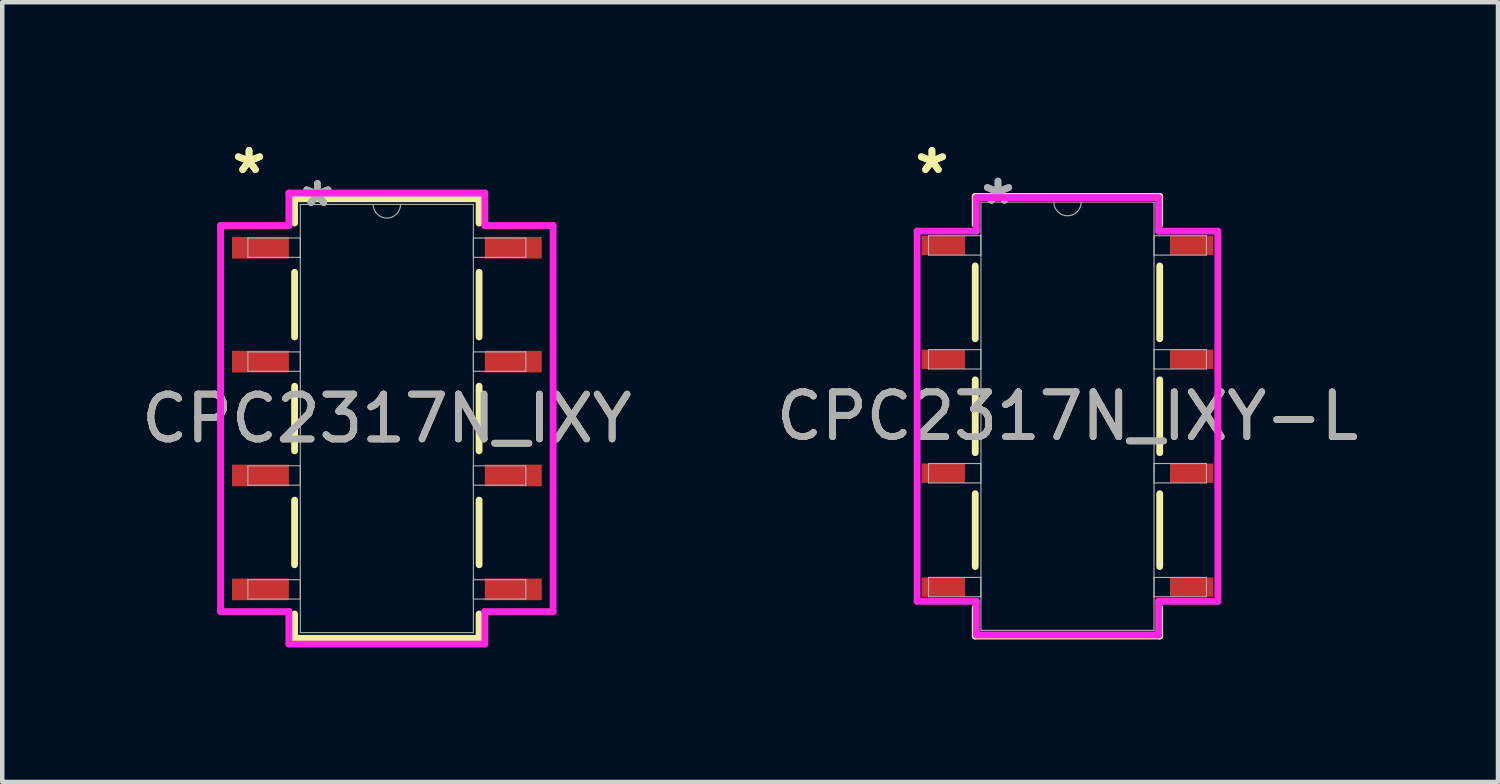
<source format=kicad_pcb>
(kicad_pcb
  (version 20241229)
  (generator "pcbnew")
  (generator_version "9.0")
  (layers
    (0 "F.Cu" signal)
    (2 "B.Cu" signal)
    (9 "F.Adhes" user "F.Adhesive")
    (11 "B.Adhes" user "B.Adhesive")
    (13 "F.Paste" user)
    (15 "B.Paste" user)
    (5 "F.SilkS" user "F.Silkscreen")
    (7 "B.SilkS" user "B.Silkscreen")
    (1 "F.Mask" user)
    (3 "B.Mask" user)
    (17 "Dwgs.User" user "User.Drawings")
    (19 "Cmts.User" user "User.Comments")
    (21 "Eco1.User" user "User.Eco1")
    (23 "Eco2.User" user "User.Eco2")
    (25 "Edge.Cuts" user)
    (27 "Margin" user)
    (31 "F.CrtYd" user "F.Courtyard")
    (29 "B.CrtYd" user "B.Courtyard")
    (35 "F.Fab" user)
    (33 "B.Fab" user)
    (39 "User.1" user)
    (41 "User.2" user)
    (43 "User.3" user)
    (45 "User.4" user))
  (footprint "CPC2317N_IXY-L"
    (layer "F.Cu")
    (at 20.756 6.233)
    (property "Reference" "CPC2317N_IXY-L" (at 0 0 0) (unlocked yes) (layer "F.SilkS") (effects (font (size 1 1) (thickness 0.15))))
    (attr smd)
    (fp_line (start -2.057 -4.902) (end -2.057 -4.268) (stroke (width 0.152) (type solid)) (layer "F.SilkS"))
    (fp_line (start -2.057 -3.352) (end -2.057 -1.728) (stroke (width 0.152) (type solid)) (layer "F.SilkS"))
    (fp_line (start -2.057 -0.812) (end -2.057 0.812) (stroke (width 0.152) (type solid)) (layer "F.SilkS"))
    (fp_line (start -2.057 1.728) (end -2.057 3.352) (stroke (width 0.152) (type solid)) (layer "F.SilkS"))
    (fp_line (start -2.057 4.268) (end -2.057 4.902) (stroke (width 0.152) (type solid)) (layer "F.SilkS"))
    (fp_line (start -2.057 4.902) (end 2.057 4.902) (stroke (width 0.152) (type solid)) (layer "F.SilkS"))
    (fp_line (start 2.057 -4.902) (end -2.057 -4.902) (stroke (width 0.152) (type solid)) (layer "F.SilkS"))
    (fp_line (start 2.057 -4.268) (end 2.057 -4.902) (stroke (width 0.152) (type solid)) (layer "F.SilkS"))
    (fp_line (start 2.057 -1.728) (end 2.057 -3.352) (stroke (width 0.152) (type solid)) (layer "F.SilkS"))
    (fp_line (start 2.057 0.812) (end 2.057 -0.812) (stroke (width 0.152) (type solid)) (layer "F.SilkS"))
    (fp_line (start 2.057 3.352) (end 2.057 1.728) (stroke (width 0.152) (type solid)) (layer "F.SilkS"))
    (fp_line (start 2.057 4.902) (end 2.057 4.268) (stroke (width 0.152) (type solid)) (layer "F.SilkS"))
    (fp_line (start -3.353 -4.128) (end -2.032 -4.128) (stroke (width 0.152) (type solid)) (layer "F.CrtYd"))
    (fp_line (start -3.353 4.128) (end -3.353 -4.128) (stroke (width 0.152) (type solid)) (layer "F.CrtYd"))
    (fp_line (start -3.353 4.128) (end -2.032 4.128) (stroke (width 0.152) (type solid)) (layer "F.CrtYd"))
    (fp_line (start -2.032 -4.877) (end 2.032 -4.877) (stroke (width 0.152) (type solid)) (layer "F.CrtYd"))
    (fp_line (start -2.032 -4.128) (end -2.032 -4.877) (stroke (width 0.152) (type solid)) (layer "F.CrtYd"))
    (fp_line (start -2.032 4.877) (end -2.032 4.128) (stroke (width 0.152) (type solid)) (layer "F.CrtYd"))
    (fp_line (start 2.032 -4.877) (end 2.032 -4.128) (stroke (width 0.152) (type solid)) (layer "F.CrtYd"))
    (fp_line (start 2.032 4.128) (end 2.032 4.877) (stroke (width 0.152) (type solid)) (layer "F.CrtYd"))
    (fp_line (start 2.032 4.877) (end -2.032 4.877) (stroke (width 0.152) (type solid)) (layer "F.CrtYd"))
    (fp_line (start 3.353 -4.128) (end 2.032 -4.128) (stroke (width 0.152) (type solid)) (layer "F.CrtYd"))
    (fp_line (start 3.353 -4.128) (end 3.353 4.128) (stroke (width 0.152) (type solid)) (layer "F.CrtYd"))
    (fp_line (start 3.353 4.128) (end 2.032 4.128) (stroke (width 0.152) (type solid)) (layer "F.CrtYd"))
    (fp_line (start -3.099 -4.026) (end -3.099 -3.594) (stroke (width 0.025) (type solid)) (layer "F.Fab"))
    (fp_line (start -3.099 -3.594) (end -1.93 -3.594) (stroke (width 0.025) (type solid)) (layer "F.Fab"))
    (fp_line (start -3.099 -1.486) (end -3.099 -1.054) (stroke (width 0.025) (type solid)) (layer "F.Fab"))
    (fp_line (start -3.099 -1.054) (end -1.93 -1.054) (stroke (width 0.025) (type solid)) (layer "F.Fab"))
    (fp_line (start -3.099 1.054) (end -3.099 1.486) (stroke (width 0.025) (type solid)) (layer "F.Fab"))
    (fp_line (start -3.099 1.486) (end -1.93 1.486) (stroke (width 0.025) (type solid)) (layer "F.Fab"))
    (fp_line (start -3.099 3.594) (end -3.099 4.026) (stroke (width 0.025) (type solid)) (layer "F.Fab"))
    (fp_line (start -3.099 4.026) (end -1.93 4.026) (stroke (width 0.025) (type solid)) (layer "F.Fab"))
    (fp_line (start -1.93 -4.775) (end -1.93 4.775) (stroke (width 0.025) (type solid)) (layer "F.Fab"))
    (fp_line (start -1.93 -4.026) (end -3.099 -4.026) (stroke (width 0.025) (type solid)) (layer "F.Fab"))
    (fp_line (start -1.93 -3.594) (end -1.93 -4.026) (stroke (width 0.025) (type solid)) (layer "F.Fab"))
    (fp_line (start -1.93 -1.486) (end -3.099 -1.486) (stroke (width 0.025) (type solid)) (layer "F.Fab"))
    (fp_line (start -1.93 -1.054) (end -1.93 -1.486) (stroke (width 0.025) (type solid)) (layer "F.Fab"))
    (fp_line (start -1.93 1.054) (end -3.099 1.054) (stroke (width 0.025) (type solid)) (layer "F.Fab"))
    (fp_line (start -1.93 1.486) (end -1.93 1.054) (stroke (width 0.025) (type solid)) (layer "F.Fab"))
    (fp_line (start -1.93 3.594) (end -3.099 3.594) (stroke (width 0.025) (type solid)) (layer "F.Fab"))
    (fp_line (start -1.93 4.026) (end -1.93 3.594) (stroke (width 0.025) (type solid)) (layer "F.Fab"))
    (fp_line (start -1.93 4.775) (end 1.93 4.775) (stroke (width 0.025) (type solid)) (layer "F.Fab"))
    (fp_line (start 1.93 -4.775) (end -1.93 -4.775) (stroke (width 0.025) (type solid)) (layer "F.Fab"))
    (fp_line (start 1.93 -4.026) (end 1.93 -3.594) (stroke (width 0.025) (type solid)) (layer "F.Fab"))
    (fp_line (start 1.93 -3.594) (end 3.099 -3.594) (stroke (width 0.025) (type solid)) (layer "F.Fab"))
    (fp_line (start 1.93 -1.486) (end 1.93 -1.054) (stroke (width 0.025) (type solid)) (layer "F.Fab"))
    (fp_line (start 1.93 -1.054) (end 3.099 -1.054) (stroke (width 0.025) (type solid)) (layer "F.Fab"))
    (fp_line (start 1.93 1.054) (end 1.93 1.486) (stroke (width 0.025) (type solid)) (layer "F.Fab"))
    (fp_line (start 1.93 1.486) (end 3.099 1.486) (stroke (width 0.025) (type solid)) (layer "F.Fab"))
    (fp_line (start 1.93 3.594) (end 1.93 4.026) (stroke (width 0.025) (type solid)) (layer "F.Fab"))
    (fp_line (start 1.93 4.026) (end 3.099 4.026) (stroke (width 0.025) (type solid)) (layer "F.Fab"))
    (fp_line (start 1.93 4.775) (end 1.93 -4.775) (stroke (width 0.025) (type solid)) (layer "F.Fab"))
    (fp_line (start 3.099 -4.026) (end 1.93 -4.026) (stroke (width 0.025) (type solid)) (layer "F.Fab"))
    (fp_line (start 3.099 -3.594) (end 3.099 -4.026) (stroke (width 0.025) (type solid)) (layer "F.Fab"))
    (fp_line (start 3.099 -1.486) (end 1.93 -1.486) (stroke (width 0.025) (type solid)) (layer "F.Fab"))
    (fp_line (start 3.099 -1.054) (end 3.099 -1.486) (stroke (width 0.025) (type solid)) (layer "F.Fab"))
    (fp_line (start 3.099 1.054) (end 1.93 1.054) (stroke (width 0.025) (type solid)) (layer "F.Fab"))
    (fp_line (start 3.099 1.486) (end 3.099 1.054) (stroke (width 0.025) (type solid)) (layer "F.Fab"))
    (fp_line (start 3.099 3.594) (end 1.93 3.594) (stroke (width 0.025) (type solid)) (layer "F.Fab"))
    (fp_line (start 3.099 4.026) (end 3.099 3.594) (stroke (width 0.025) (type solid)) (layer "F.Fab"))
    (fp_arc (start 0.3048 -4.7752) (mid 0 -4.4704) (end -0.3048 -4.7752) (stroke (width 0.0254) (type solid)) (layer "F.Fab"))
    (fp_text user "*" (at -3.023 -5.385 0) (unlocked yes) (layer "F.SilkS") (effects (font (size 1 1) (thickness 0.15))))
    (fp_text user "*" (at -3.023 -5.385 0) (layer "F.SilkS") (effects (font (size 1 1) (thickness 0.15))))
    (fp_text user "${REFERENCE}" (at 0 0 0) (unlocked yes) (layer "F.Fab") (effects (font (size 1 1) (thickness 0.15))))
    (fp_text user "*" (at -1.549 -4.699 0) (unlocked yes) (layer "F.Fab") (effects (font (size 1 1) (thickness 0.15))))
    (fp_text user "*" (at -1.549 -4.699 0) (layer "F.Fab") (effects (font (size 1 1) (thickness 0.15))))
    (pad "1" smd rect (at -2.769 -3.81) (size 0.965 0.432) (layers "F.Cu" "F.Mask" "F.Paste"))
    (pad "2" smd rect (at -2.769 -1.27) (size 0.965 0.432) (layers "F.Cu" "F.Mask" "F.Paste"))
    (pad "3" smd rect (at -2.769 1.27) (size 0.965 0.432) (layers "F.Cu" "F.Mask" "F.Paste"))
    (pad "4" smd rect (at -2.769 3.81) (size 0.965 0.432) (layers "F.Cu" "F.Mask" "F.Paste"))
    (pad "5" smd rect (at 2.769 3.81) (size 0.965 0.432) (layers "F.Cu" "F.Mask" "F.Paste"))
    (pad "6" smd rect (at 2.769 1.27) (size 0.965 0.432) (layers "F.Cu" "F.Mask" "F.Paste"))
    (pad "7" smd rect (at 2.769 -1.27) (size 0.965 0.432) (layers "F.Cu" "F.Mask" "F.Paste"))
    (pad "8" smd rect (at 2.769 -3.81) (size 0.965 0.432) (layers "F.Cu" "F.Mask" "F.Paste")))
  (footprint "CPC2317N_IXY"
    (layer "F.Cu")
    (at 5.577 6.284)
    (property "Reference" "CPC2317N_IXY" (at 0 0 0) (unlocked yes) (layer "F.SilkS") (effects (font (size 1 1) (thickness 0.15))))
    (attr smd)
    (fp_line (start -2.057 -4.902) (end -2.057 -4.359) (stroke (width 0.152) (type solid)) (layer "F.SilkS"))
    (fp_line (start -2.057 -3.261) (end -2.057 -1.819) (stroke (width 0.152) (type solid)) (layer "F.SilkS"))
    (fp_line (start -2.057 -0.721) (end -2.057 0.721) (stroke (width 0.152) (type solid)) (layer "F.SilkS"))
    (fp_line (start -2.057 1.819) (end -2.057 3.261) (stroke (width 0.152) (type solid)) (layer "F.SilkS"))
    (fp_line (start -2.057 4.359) (end -2.057 4.902) (stroke (width 0.152) (type solid)) (layer "F.SilkS"))
    (fp_line (start -2.057 4.902) (end 2.057 4.902) (stroke (width 0.152) (type solid)) (layer "F.SilkS"))
    (fp_line (start 2.057 -4.902) (end -2.057 -4.902) (stroke (width 0.152) (type solid)) (layer "F.SilkS"))
    (fp_line (start 2.057 -4.359) (end 2.057 -4.902) (stroke (width 0.152) (type solid)) (layer "F.SilkS"))
    (fp_line (start 2.057 -1.819) (end 2.057 -3.261) (stroke (width 0.152) (type solid)) (layer "F.SilkS"))
    (fp_line (start 2.057 0.721) (end 2.057 -0.721) (stroke (width 0.152) (type solid)) (layer "F.SilkS"))
    (fp_line (start 2.057 3.261) (end 2.057 1.819) (stroke (width 0.152) (type solid)) (layer "F.SilkS"))
    (fp_line (start 2.057 4.902) (end 2.057 4.359) (stroke (width 0.152) (type solid)) (layer "F.SilkS"))
    (fp_line (start -3.708 -4.305) (end -2.184 -4.305) (stroke (width 0.152) (type solid)) (layer "F.CrtYd"))
    (fp_line (start -3.708 4.305) (end -3.708 -4.305) (stroke (width 0.152) (type solid)) (layer "F.CrtYd"))
    (fp_line (start -3.708 4.305) (end -2.184 4.305) (stroke (width 0.152) (type solid)) (layer "F.CrtYd"))
    (fp_line (start -2.184 -5.029) (end 2.184 -5.029) (stroke (width 0.152) (type solid)) (layer "F.CrtYd"))
    (fp_line (start -2.184 -4.305) (end -2.184 -5.029) (stroke (width 0.152) (type solid)) (layer "F.CrtYd"))
    (fp_line (start -2.184 5.029) (end -2.184 4.305) (stroke (width 0.152) (type solid)) (layer "F.CrtYd"))
    (fp_line (start 2.184 -5.029) (end 2.184 -4.305) (stroke (width 0.152) (type solid)) (layer "F.CrtYd"))
    (fp_line (start 2.184 4.305) (end 2.184 5.029) (stroke (width 0.152) (type solid)) (layer "F.CrtYd"))
    (fp_line (start 2.184 5.029) (end -2.184 5.029) (stroke (width 0.152) (type solid)) (layer "F.CrtYd"))
    (fp_line (start 3.708 -4.305) (end 2.184 -4.305) (stroke (width 0.152) (type solid)) (layer "F.CrtYd"))
    (fp_line (start 3.708 -4.305) (end 3.708 4.305) (stroke (width 0.152) (type solid)) (layer "F.CrtYd"))
    (fp_line (start 3.708 4.305) (end 2.184 4.305) (stroke (width 0.152) (type solid)) (layer "F.CrtYd"))
    (fp_line (start -3.099 -4.026) (end -3.099 -3.594) (stroke (width 0.025) (type solid)) (layer "F.Fab"))
    (fp_line (start -3.099 -3.594) (end -1.93 -3.594) (stroke (width 0.025) (type solid)) (layer "F.Fab"))
    (fp_line (start -3.099 -1.486) (end -3.099 -1.054) (stroke (width 0.025) (type solid)) (layer "F.Fab"))
    (fp_line (start -3.099 -1.054) (end -1.93 -1.054) (stroke (width 0.025) (type solid)) (layer "F.Fab"))
    (fp_line (start -3.099 1.054) (end -3.099 1.486) (stroke (width 0.025) (type solid)) (layer "F.Fab"))
    (fp_line (start -3.099 1.486) (end -1.93 1.486) (stroke (width 0.025) (type solid)) (layer "F.Fab"))
    (fp_line (start -3.099 3.594) (end -3.099 4.026) (stroke (width 0.025) (type solid)) (layer "F.Fab"))
    (fp_line (start -3.099 4.026) (end -1.93 4.026) (stroke (width 0.025) (type solid)) (layer "F.Fab"))
    (fp_line (start -1.93 -4.775) (end -1.93 4.775) (stroke (width 0.025) (type solid)) (layer "F.Fab"))
    (fp_line (start -1.93 -4.026) (end -3.099 -4.026) (stroke (width 0.025) (type solid)) (layer "F.Fab"))
    (fp_line (start -1.93 -3.594) (end -1.93 -4.026) (stroke (width 0.025) (type solid)) (layer "F.Fab"))
    (fp_line (start -1.93 -1.486) (end -3.099 -1.486) (stroke (width 0.025) (type solid)) (layer "F.Fab"))
    (fp_line (start -1.93 -1.054) (end -1.93 -1.486) (stroke (width 0.025) (type solid)) (layer "F.Fab"))
    (fp_line (start -1.93 1.054) (end -3.099 1.054) (stroke (width 0.025) (type solid)) (layer "F.Fab"))
    (fp_line (start -1.93 1.486) (end -1.93 1.054) (stroke (width 0.025) (type solid)) (layer "F.Fab"))
    (fp_line (start -1.93 3.594) (end -3.099 3.594) (stroke (width 0.025) (type solid)) (layer "F.Fab"))
    (fp_line (start -1.93 4.026) (end -1.93 3.594) (stroke (width 0.025) (type solid)) (layer "F.Fab"))
    (fp_line (start -1.93 4.775) (end 1.93 4.775) (stroke (width 0.025) (type solid)) (layer "F.Fab"))
    (fp_line (start 1.93 -4.775) (end -1.93 -4.775) (stroke (width 0.025) (type solid)) (layer "F.Fab"))
    (fp_line (start 1.93 -4.026) (end 1.93 -3.594) (stroke (width 0.025) (type solid)) (layer "F.Fab"))
    (fp_line (start 1.93 -3.594) (end 3.099 -3.594) (stroke (width 0.025) (type solid)) (layer "F.Fab"))
    (fp_line (start 1.93 -1.486) (end 1.93 -1.054) (stroke (width 0.025) (type solid)) (layer "F.Fab"))
    (fp_line (start 1.93 -1.054) (end 3.099 -1.054) (stroke (width 0.025) (type solid)) (layer "F.Fab"))
    (fp_line (start 1.93 1.054) (end 1.93 1.486) (stroke (width 0.025) (type solid)) (layer "F.Fab"))
    (fp_line (start 1.93 1.486) (end 3.099 1.486) (stroke (width 0.025) (type solid)) (layer "F.Fab"))
    (fp_line (start 1.93 3.594) (end 1.93 4.026) (stroke (width 0.025) (type solid)) (layer "F.Fab"))
    (fp_line (start 1.93 4.026) (end 3.099 4.026) (stroke (width 0.025) (type solid)) (layer "F.Fab"))
    (fp_line (start 1.93 4.775) (end 1.93 -4.775) (stroke (width 0.025) (type solid)) (layer "F.Fab"))
    (fp_line (start 3.099 -4.026) (end 1.93 -4.026) (stroke (width 0.025) (type solid)) (layer "F.Fab"))
    (fp_line (start 3.099 -3.594) (end 3.099 -4.026) (stroke (width 0.025) (type solid)) (layer "F.Fab"))
    (fp_line (start 3.099 -1.486) (end 1.93 -1.486) (stroke (width 0.025) (type solid)) (layer "F.Fab"))
    (fp_line (start 3.099 -1.054) (end 3.099 -1.486) (stroke (width 0.025) (type solid)) (layer "F.Fab"))
    (fp_line (start 3.099 1.054) (end 1.93 1.054) (stroke (width 0.025) (type solid)) (layer "F.Fab"))
    (fp_line (start 3.099 1.486) (end 3.099 1.054) (stroke (width 0.025) (type solid)) (layer "F.Fab"))
    (fp_line (start 3.099 3.594) (end 1.93 3.594) (stroke (width 0.025) (type solid)) (layer "F.Fab"))
    (fp_line (start 3.099 4.026) (end 3.099 3.594) (stroke (width 0.025) (type solid)) (layer "F.Fab"))
    (fp_arc (start 0.3048 -4.7752) (mid 0 -4.4704) (end -0.3048 -4.7752) (stroke (width 0.0254) (type solid)) (layer "F.Fab"))
    (fp_text user "*" (at -3.073 -5.436 0) (layer "F.SilkS") (effects (font (size 1 1) (thickness 0.15))))
    (fp_text user "*" (at -3.073 -5.436 0) (unlocked yes) (layer "F.SilkS") (effects (font (size 1 1) (thickness 0.15))))
    (fp_text user "*" (at -1.549 -4.699 0) (unlocked yes) (layer "F.Fab") (effects (font (size 1 1) (thickness 0.15))))
    (fp_text user "${REFERENCE}" (at 0 0 0) (unlocked yes) (layer "F.Fab") (effects (font (size 1 1) (thickness 0.15))))
    (fp_text user "*" (at -1.549 -4.699 0) (layer "F.Fab") (effects (font (size 1 1) (thickness 0.15))))
    (pad "1" smd rect (at -2.819 -3.81) (size 1.27 0.483) (layers "F.Cu" "F.Mask" "F.Paste"))
    (pad "2" smd rect (at -2.819 -1.27) (size 1.27 0.483) (layers "F.Cu" "F.Mask" "F.Paste"))
    (pad "3" smd rect (at -2.819 1.27) (size 1.27 0.483) (layers "F.Cu" "F.Mask" "F.Paste"))
    (pad "4" smd rect (at -2.819 3.81) (size 1.27 0.483) (layers "F.Cu" "F.Mask" "F.Paste"))
    (pad "5" smd rect (at 2.819 3.81) (size 1.27 0.483) (layers "F.Cu" "F.Mask" "F.Paste"))
    (pad "6" smd rect (at 2.819 1.27) (size 1.27 0.483) (layers "F.Cu" "F.Mask" "F.Paste"))
    (pad "7" smd rect (at 2.819 -1.27) (size 1.27 0.483) (layers "F.Cu" "F.Mask" "F.Paste"))
    (pad "8" smd rect (at 2.819 -3.81) (size 1.27 0.483) (layers "F.Cu" "F.Mask" "F.Paste")))
  (gr_rect
    (start -3 -3)
    (end 30.357 14.389)
    (stroke (width 0.1) (type default))
    (fill no)
    (layer "Edge.Cuts")))
</source>
